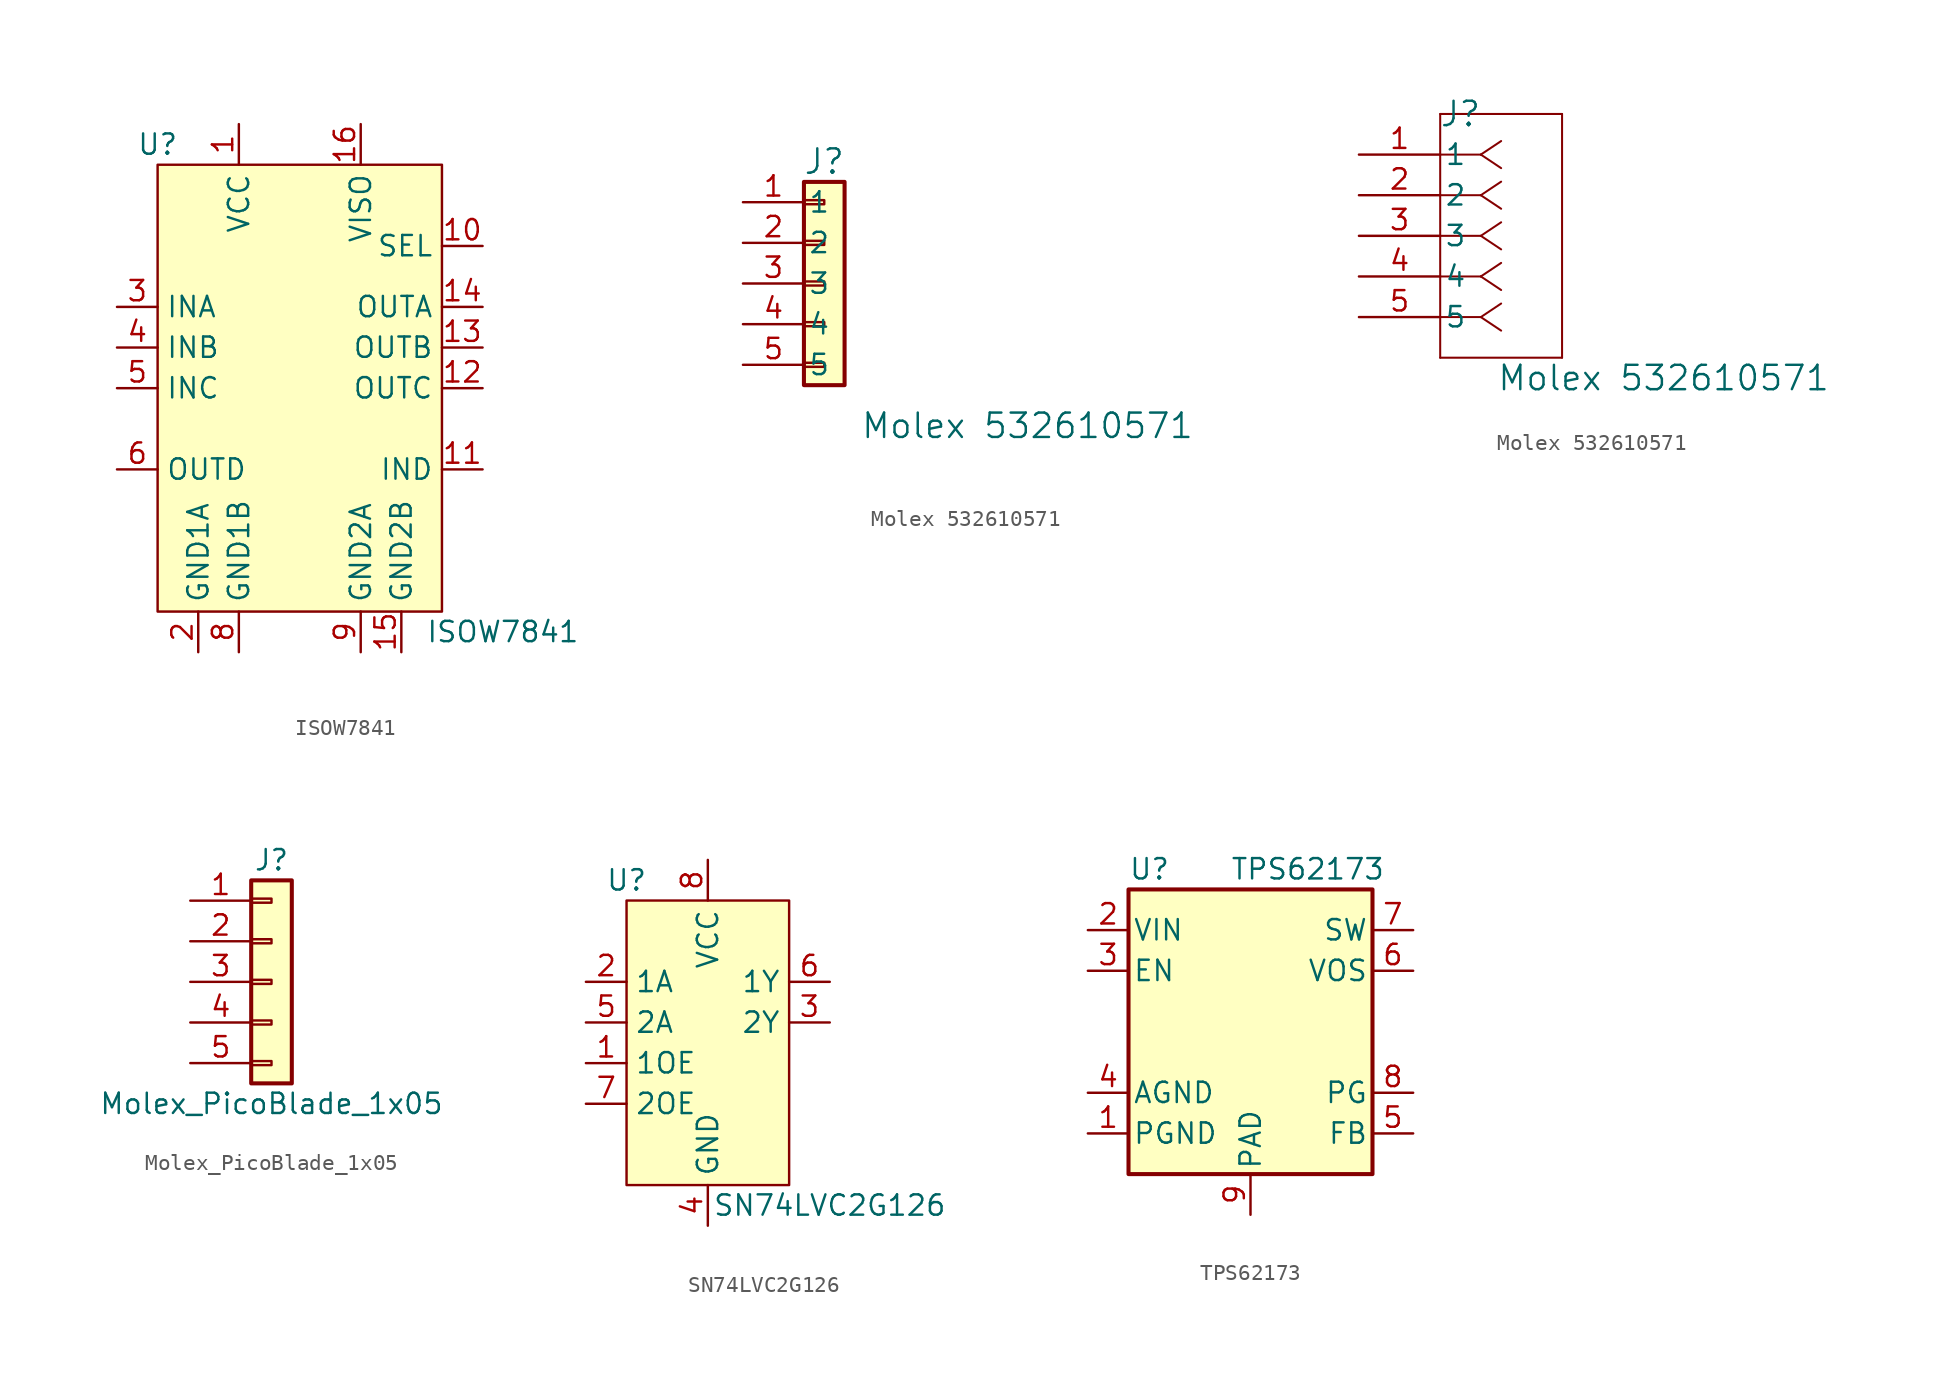
<source format=kicad_sym>
(kicad_symbol_lib
  (version 20220914)
  (generator kicad_symbol_editor)
  (symbol "ISOW7841"
    (property "Reference" "U"
      (at 0 1.27 0)
      (effects (font (size 1.27 1.27))))
    (property "Value" "ISOW7841"
      (at 21.59 -29.21 0)
      (effects (font (size 1.27 1.27))))
    (symbol "ISOW7841_1_1"
      (rectangle (start 0 0) (end 17.78 -27.94) (stroke (width 0) (type default)) (fill (type background)))
      (pin power_in line (at 5.08 2.54 270) (length 2.54) (name "VCC" (effects (font (size 1.27 1.27)))) (number "1" (effects (font (size 1.27 1.27)))))
      (pin input line (at 20.32 -5.08 180) (length 2.54) (name "SEL" (effects (font (size 1.27 1.27)))) (number "10" (effects (font (size 1.27 1.27)))))
      (pin input line (at 20.32 -19.05 180) (length 2.54) (name "IND" (effects (font (size 1.27 1.27)))) (number "11" (effects (font (size 1.27 1.27)))))
      (pin output line (at 20.32 -13.97 180) (length 2.54) (name "OUTC" (effects (font (size 1.27 1.27)))) (number "12" (effects (font (size 1.27 1.27)))))
      (pin output line (at 20.32 -11.43 180) (length 2.54) (name "OUTB" (effects (font (size 1.27 1.27)))) (number "13" (effects (font (size 1.27 1.27)))))
      (pin output line (at 20.32 -8.89 180) (length 2.54) (name "OUTA" (effects (font (size 1.27 1.27)))) (number "14" (effects (font (size 1.27 1.27)))))
      (pin passive line (at 15.24 -30.48 90) (length 2.54) (name "GND2B" (effects (font (size 1.27 1.27)))) (number "15" (effects (font (size 1.27 1.27)))))
      (pin power_out line (at 12.7 2.54 270) (length 2.54) (name "VISO" (effects (font (size 1.27 1.27)))) (number "16" (effects (font (size 1.27 1.27)))))
      (pin passive line (at 2.54 -30.48 90) (length 2.54) (name "GND1A" (effects (font (size 1.27 1.27)))) (number "2" (effects (font (size 1.27 1.27)))))
      (pin input line (at -2.54 -8.89 0) (length 2.54) (name "INA" (effects (font (size 1.27 1.27)))) (number "3" (effects (font (size 1.27 1.27)))))
      (pin input line (at -2.54 -11.43 0) (length 2.54) (name "INB" (effects (font (size 1.27 1.27)))) (number "4" (effects (font (size 1.27 1.27)))))
      (pin input line (at -2.54 -13.97 0) (length 2.54) (name "INC" (effects (font (size 1.27 1.27)))) (number "5" (effects (font (size 1.27 1.27)))))
      (pin output line (at -2.54 -19.05 0) (length 2.54) (name "OUTD" (effects (font (size 1.27 1.27)))) (number "6" (effects (font (size 1.27 1.27)))))
      (pin no_connect line (at -2.54 -5.08 0) (length 2.54) hide (name "NC" (effects (font (size 1.27 1.27)))) (number "7" (effects (font (size 1.27 1.27)))))
      (pin passive line (at 5.08 -30.48 90) (length 2.54) (name "GND1B" (effects (font (size 1.27 1.27)))) (number "8" (effects (font (size 1.27 1.27)))))
      (pin passive line (at 12.7 -30.48 90) (length 2.54) (name "GND2A" (effects (font (size 1.27 1.27)))) (number "9" (effects (font (size 1.27 1.27)))))))
  (symbol "Molex 532610571"
    (pin_names
      (offset 0.254))
    (property "Reference" "J"
      (at 6.35 2.54 0)
      (effects (font (size 1.524 1.524))))
    (property "Value" "Molex 532610571"
      (at 19.05 -13.97 0)
      (effects (font (size 1.524 1.524))))
    (symbol "Molex 532610571_1_1"
      (rectangle (start 5.08 -10.033) (end 6.35 -10.287) (stroke (width 0.152) (type default)) (fill (type none)))
      (rectangle (start 5.08 -7.493) (end 6.35 -7.747) (stroke (width 0.152) (type default)) (fill (type none)))
      (rectangle (start 5.08 -4.953) (end 6.35 -5.207) (stroke (width 0.152) (type default)) (fill (type none)))
      (rectangle (start 5.08 -2.413) (end 6.35 -2.667) (stroke (width 0.152) (type default)) (fill (type none)))
      (rectangle (start 5.08 0.127) (end 6.35 -0.127) (stroke (width 0.152) (type default)) (fill (type none)))
      (rectangle (start 5.08 1.27) (end 7.62 -11.43) (stroke (width 0.254) (type default)) (fill (type background)))
      (pin passive line (at 1.27 0 0) (length 3.81) (name "1" (effects (font (size 1.27 1.27)))) (number "1" (effects (font (size 1.27 1.27)))))
      (pin passive line (at 1.27 -2.54 0) (length 3.81) (name "2" (effects (font (size 1.27 1.27)))) (number "2" (effects (font (size 1.27 1.27)))))
      (pin passive line (at 1.27 -5.08 0) (length 3.81) (name "3" (effects (font (size 1.27 1.27)))) (number "3" (effects (font (size 1.27 1.27)))))
      (pin passive line (at 1.27 -7.62 0) (length 3.81) (name "4" (effects (font (size 1.27 1.27)))) (number "4" (effects (font (size 1.27 1.27)))))
      (pin passive line (at 1.27 -10.16 0) (length 3.81) (name "5" (effects (font (size 1.27 1.27)))) (number "5" (effects (font (size 1.27 1.27)))))
      (pin no_connect line (at 6.35 6.35 270) (length 5.08) hide (name "MP" (effects (font (size 1.27 1.27)))) (number "MP1" (effects (font (size 1.27 1.27)))))
      (pin no_connect line (at 6.35 -16.51 90) (length 5.08) hide (name "MP" (effects (font (size 1.27 1.27)))) (number "MP2" (effects (font (size 1.27 1.27))))))
    (symbol "Molex 532610571_1_2"
      (polyline (pts (xy 5.08 -12.7) (xy 12.7 -12.7)) (stroke (width 0.127) (type default)) (fill (type none)))
      (polyline (pts (xy 5.08 2.54) (xy 5.08 -12.7)) (stroke (width 0.127) (type default)) (fill (type none)))
      (polyline (pts (xy 7.62 -10.16) (xy 5.08 -10.16)) (stroke (width 0.127) (type default)) (fill (type none)))
      (polyline (pts (xy 7.62 -10.16) (xy 8.89 -11.007)) (stroke (width 0.127) (type default)) (fill (type none)))
      (polyline (pts (xy 7.62 -10.16) (xy 8.89 -9.313)) (stroke (width 0.127) (type default)) (fill (type none)))
      (polyline (pts (xy 7.62 -7.62) (xy 5.08 -7.62)) (stroke (width 0.127) (type default)) (fill (type none)))
      (polyline (pts (xy 7.62 -7.62) (xy 8.89 -8.467)) (stroke (width 0.127) (type default)) (fill (type none)))
      (polyline (pts (xy 7.62 -7.62) (xy 8.89 -6.773)) (stroke (width 0.127) (type default)) (fill (type none)))
      (polyline (pts (xy 7.62 -5.08) (xy 5.08 -5.08)) (stroke (width 0.127) (type default)) (fill (type none)))
      (polyline (pts (xy 7.62 -5.08) (xy 8.89 -5.927)) (stroke (width 0.127) (type default)) (fill (type none)))
      (polyline (pts (xy 7.62 -5.08) (xy 8.89 -4.233)) (stroke (width 0.127) (type default)) (fill (type none)))
      (polyline (pts (xy 7.62 -2.54) (xy 5.08 -2.54)) (stroke (width 0.127) (type default)) (fill (type none)))
      (polyline (pts (xy 7.62 -2.54) (xy 8.89 -3.387)) (stroke (width 0.127) (type default)) (fill (type none)))
      (polyline (pts (xy 7.62 -2.54) (xy 8.89 -1.693)) (stroke (width 0.127) (type default)) (fill (type none)))
      (polyline (pts (xy 7.62 0) (xy 5.08 0)) (stroke (width 0.127) (type default)) (fill (type none)))
      (polyline (pts (xy 7.62 0) (xy 8.89 -0.847)) (stroke (width 0.127) (type default)) (fill (type none)))
      (polyline (pts (xy 7.62 0) (xy 8.89 0.847)) (stroke (width 0.127) (type default)) (fill (type none)))
      (polyline (pts (xy 12.7 -12.7) (xy 12.7 2.54)) (stroke (width 0.127) (type default)) (fill (type none)))
      (polyline (pts (xy 12.7 2.54) (xy 5.08 2.54)) (stroke (width 0.127) (type default)) (fill (type none)))
      (pin unspecified line (at 0 0 0) (length 5.08) (name "1" (effects (font (size 1.27 1.27)))) (number "1" (effects (font (size 1.27 1.27)))))
      (pin unspecified line (at 0 -2.54 0) (length 5.08) (name "2" (effects (font (size 1.27 1.27)))) (number "2" (effects (font (size 1.27 1.27)))))
      (pin unspecified line (at 0 -5.08 0) (length 5.08) (name "3" (effects (font (size 1.27 1.27)))) (number "3" (effects (font (size 1.27 1.27)))))
      (pin unspecified line (at 0 -7.62 0) (length 5.08) (name "4" (effects (font (size 1.27 1.27)))) (number "4" (effects (font (size 1.27 1.27)))))
      (pin unspecified line (at 0 -10.16 0) (length 5.08) (name "5" (effects (font (size 1.27 1.27)))) (number "5" (effects (font (size 1.27 1.27)))))))
  (symbol "Molex_PicoBlade_1x05"
    (pin_names
      (offset 1.016) hide)
    (property "Reference" "J"
      (at 0 7.62 0)
      (effects (font (size 1.27 1.27))))
    (property "Value" "Molex_PicoBlade_1x05"
      (at 0 -7.62 0)
      (effects (font (size 1.27 1.27))))
    (symbol "Molex_PicoBlade_1x05_1_1"
      (rectangle (start -1.27 -4.953) (end 0 -5.207) (stroke (width 0.152) (type default)) (fill (type none)))
      (rectangle (start -1.27 -2.413) (end 0 -2.667) (stroke (width 0.152) (type default)) (fill (type none)))
      (rectangle (start -1.27 0.127) (end 0 -0.127) (stroke (width 0.152) (type default)) (fill (type none)))
      (rectangle (start -1.27 2.667) (end 0 2.413) (stroke (width 0.152) (type default)) (fill (type none)))
      (rectangle (start -1.27 5.207) (end 0 4.953) (stroke (width 0.152) (type default)) (fill (type none)))
      (rectangle (start -1.27 6.35) (end 1.27 -6.35) (stroke (width 0.254) (type default)) (fill (type background)))
      (pin passive line (at -5.08 5.08 0) (length 3.81) (name "Pin_1" (effects (font (size 1.27 1.27)))) (number "1" (effects (font (size 1.27 1.27)))))
      (pin passive line (at -5.08 2.54 0) (length 3.81) (name "Pin_2" (effects (font (size 1.27 1.27)))) (number "2" (effects (font (size 1.27 1.27)))))
      (pin passive line (at -5.08 0 0) (length 3.81) (name "Pin_3" (effects (font (size 1.27 1.27)))) (number "3" (effects (font (size 1.27 1.27)))))
      (pin passive line (at -5.08 -2.54 0) (length 3.81) (name "Pin_4" (effects (font (size 1.27 1.27)))) (number "4" (effects (font (size 1.27 1.27)))))
      (pin passive line (at -5.08 -5.08 0) (length 3.81) (name "Pin_5" (effects (font (size 1.27 1.27)))) (number "5" (effects (font (size 1.27 1.27)))))
      (pin no_connect line (at 2.54 5.08 180) (length 1.27) hide (name "MP" (effects (font (size 1.27 1.27)))) (number "MP" (effects (font (size 1.27 1.27)))))))
  (symbol "SN74LVC2G126"
    (property "Reference" "U"
      (at 0 1.27 0)
      (effects (font (size 1.27 1.27))))
    (property "Value" "SN74LVC2G126"
      (at 12.7 -19.05 0)
      (effects (font (size 1.27 1.27))))
    (symbol "SN74LVC2G126_1_1"
      (rectangle (start 0 0) (end 10.16 -17.78) (stroke (width 0) (type default)) (fill (type background)))
      (pin input line (at -2.54 -10.16 0) (length 2.54) (name "1OE" (effects (font (size 1.27 1.27)))) (number "1" (effects (font (size 1.27 1.27)))))
      (pin input line (at -2.54 -5.08 0) (length 2.54) (name "1A" (effects (font (size 1.27 1.27)))) (number "2" (effects (font (size 1.27 1.27)))))
      (pin output line (at 12.7 -7.62 180) (length 2.54) (name "2Y" (effects (font (size 1.27 1.27)))) (number "3" (effects (font (size 1.27 1.27)))))
      (pin power_in line (at 5.08 -20.32 90) (length 2.54) (name "GND" (effects (font (size 1.27 1.27)))) (number "4" (effects (font (size 1.27 1.27)))))
      (pin input line (at -2.54 -7.62 0) (length 2.54) (name "2A" (effects (font (size 1.27 1.27)))) (number "5" (effects (font (size 1.27 1.27)))))
      (pin output line (at 12.7 -5.08 180) (length 2.54) (name "1Y" (effects (font (size 1.27 1.27)))) (number "6" (effects (font (size 1.27 1.27)))))
      (pin input line (at -2.54 -12.7 0) (length 2.54) (name "2OE" (effects (font (size 1.27 1.27)))) (number "7" (effects (font (size 1.27 1.27)))))
      (pin power_in line (at 5.08 2.54 270) (length 2.54) (name "VCC" (effects (font (size 1.27 1.27)))) (number "8" (effects (font (size 1.27 1.27)))))))
  (symbol "TPS62173"
    (pin_names
      (offset 0.254))
    (property "Reference" "U"
      (at -7.62 11.43 0)
      (effects (font (size 1.27 1.27)) (justify left)))
    (property "Value" "TPS62173"
      (at -1.27 11.43 0)
      (effects (font (size 1.27 1.27)) (justify left)))
    (symbol "TPS62173_0_1"
      (rectangle (start -7.62 10.16) (end 7.62 -7.62) (stroke (width 0.254) (type default)) (fill (type background))))
    (symbol "TPS62173_1_1"
      (pin power_in line (at -10.16 -5.08 0) (length 2.54) (name "PGND" (effects (font (size 1.27 1.27)))) (number "1" (effects (font (size 1.27 1.27)))))
      (pin power_in line (at -10.16 7.62 0) (length 2.54) (name "VIN" (effects (font (size 1.27 1.27)))) (number "2" (effects (font (size 1.27 1.27)))))
      (pin input line (at -10.16 5.08 0) (length 2.54) (name "EN" (effects (font (size 1.27 1.27)))) (number "3" (effects (font (size 1.27 1.27)))))
      (pin power_in line (at -10.16 -2.54 0) (length 2.54) (name "AGND" (effects (font (size 1.27 1.27)))) (number "4" (effects (font (size 1.27 1.27)))))
      (pin input line (at 10.16 -5.08 180) (length 2.54) (name "FB" (effects (font (size 1.27 1.27)))) (number "5" (effects (font (size 1.27 1.27)))))
      (pin input line (at 10.16 5.08 180) (length 2.54) (name "VOS" (effects (font (size 1.27 1.27)))) (number "6" (effects (font (size 1.27 1.27)))))
      (pin output line (at 10.16 7.62 180) (length 2.54) (name "SW" (effects (font (size 1.27 1.27)))) (number "7" (effects (font (size 1.27 1.27)))))
      (pin open_collector line (at 10.16 -2.54 180) (length 2.54) (name "PG" (effects (font (size 1.27 1.27)))) (number "8" (effects (font (size 1.27 1.27)))))
      (pin power_in line (at 0 -10.16 90) (length 2.54) (name "PAD" (effects (font (size 1.27 1.27)))) (number "9" (effects (font (size 1.27 1.27))))))))
</source>
